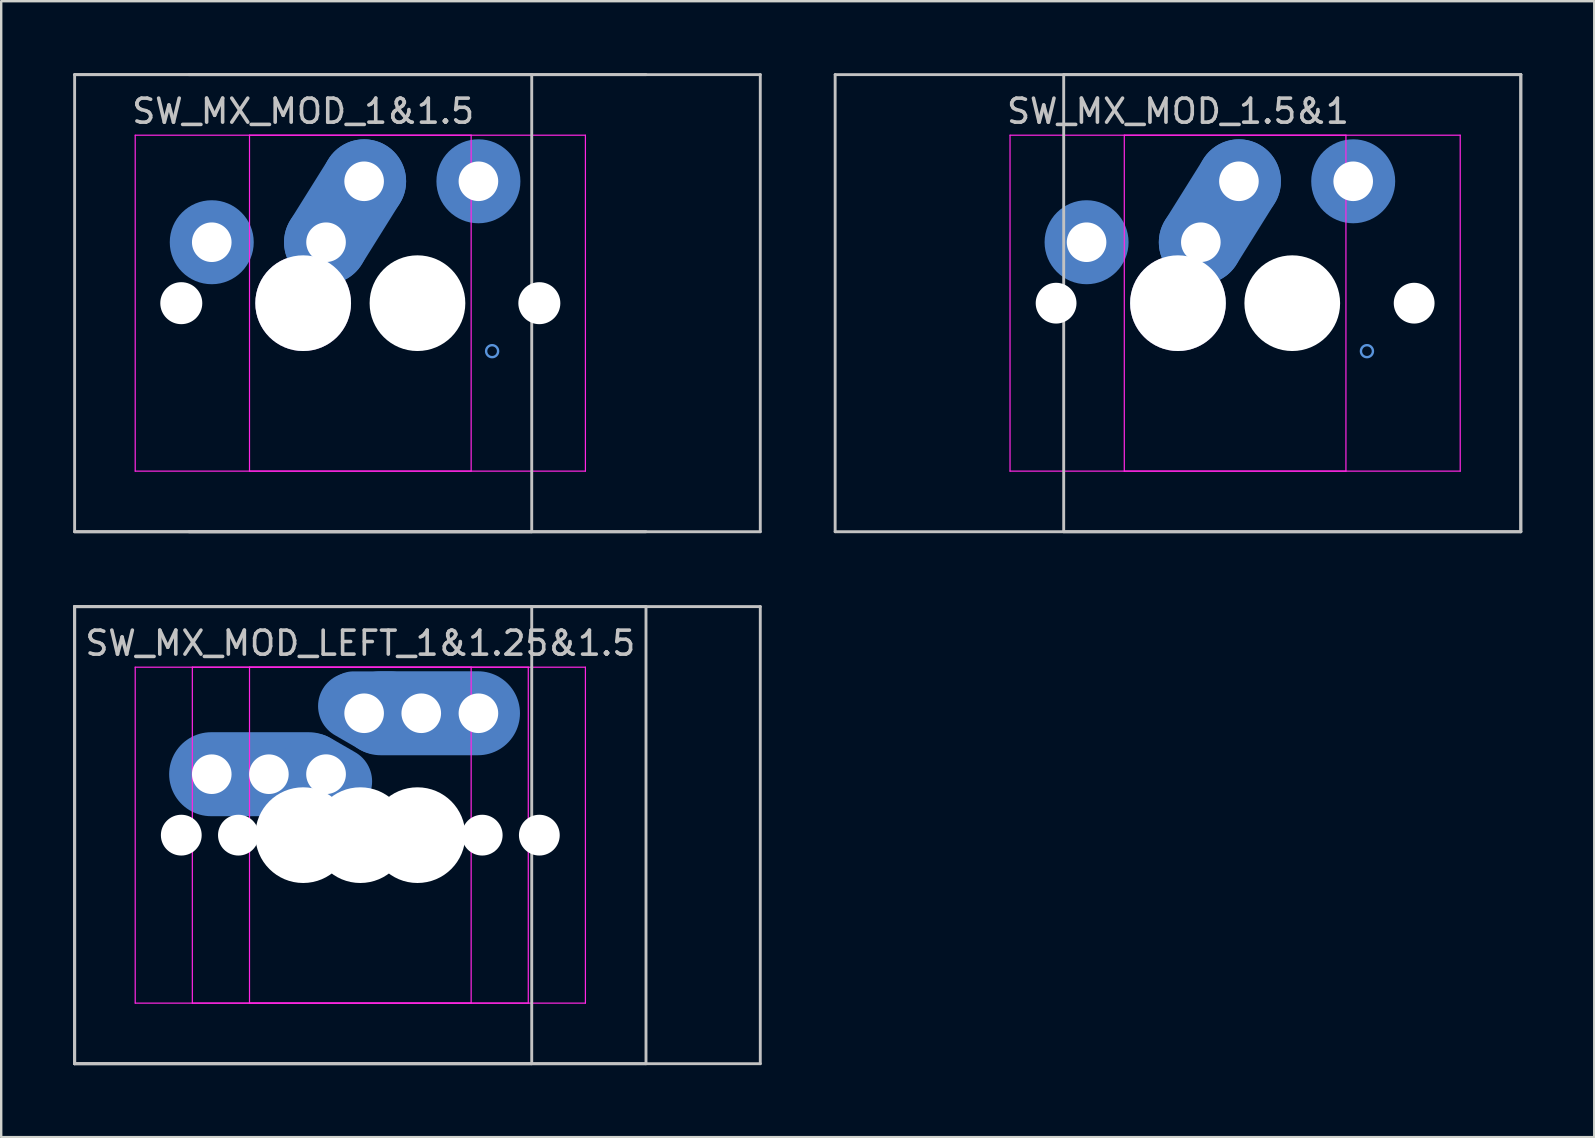
<source format=kicad_pcb>
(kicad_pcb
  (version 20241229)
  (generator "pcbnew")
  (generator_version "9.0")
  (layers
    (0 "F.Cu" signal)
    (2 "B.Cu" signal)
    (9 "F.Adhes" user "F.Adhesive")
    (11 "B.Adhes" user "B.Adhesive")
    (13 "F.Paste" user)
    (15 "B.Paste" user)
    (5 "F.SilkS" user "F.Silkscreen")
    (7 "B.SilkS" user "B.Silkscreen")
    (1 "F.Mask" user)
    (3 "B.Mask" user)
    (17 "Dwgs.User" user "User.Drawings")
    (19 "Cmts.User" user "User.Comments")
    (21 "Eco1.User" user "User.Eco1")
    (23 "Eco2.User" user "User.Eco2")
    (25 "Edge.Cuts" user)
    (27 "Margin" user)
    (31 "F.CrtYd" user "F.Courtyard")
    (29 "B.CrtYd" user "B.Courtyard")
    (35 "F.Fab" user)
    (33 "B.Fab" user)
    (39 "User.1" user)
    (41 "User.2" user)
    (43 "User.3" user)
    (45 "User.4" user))
  (footprint "SW_MX_MOD_1.5&1"
    (layer "F.Cu")
    (at 50.805 9.585)
    (property "Reference" "SW_MX_MOD_1.5&1" (at -4.763 -8 0) (layer "Dwgs.User") (effects (font (size 1 1) (thickness 0.15))))
    (attr through_hole exclude_from_pos_files exclude_from_bom)
    (fp_line (start -19.05 -9.525) (end -19.05 9.525) (stroke (width 0.12) (type solid)) (layer "Dwgs.User"))
    (fp_line (start -19.05 9.525) (end 9.525 9.525) (stroke (width 0.12) (type solid)) (layer "Dwgs.User"))
    (fp_line (start -9.525 -9.525) (end -9.525 9.525) (stroke (width 0.12) (type solid)) (layer "Dwgs.User"))
    (fp_line (start -9.525 9.525) (end 9.525 9.525) (stroke (width 0.12) (type solid)) (layer "Dwgs.User"))
    (fp_line (start 9.525 -9.525) (end -19.05 -9.525) (stroke (width 0.12) (type solid)) (layer "Dwgs.User"))
    (fp_line (start 9.525 -9.525) (end -9.525 -9.525) (stroke (width 0.12) (type solid)) (layer "Dwgs.User"))
    (fp_line (start 9.525 9.525) (end 9.525 -9.525) (stroke (width 0.12) (type solid)) (layer "Dwgs.User"))
    (fp_line (start 9.525 9.525) (end 9.525 -9.525) (stroke (width 0.12) (type solid)) (layer "Dwgs.User"))
    (fp_circle (center 3.112 2) (end 3.112 1.75) (stroke (width 0.1) (type default)) (fill no) (layer "Cmts.User"))
    (fp_line (start -11.762 6.5) (end -11.762 -6.5) (stroke (width 0.05) (type solid)) (layer "Eco2.User"))
    (fp_line (start -11.262 -7) (end 1.738 -7) (stroke (width 0.05) (type solid)) (layer "Eco2.User"))
    (fp_line (start -7 6.5) (end -7 -6.5) (stroke (width 0.05) (type solid)) (layer "Eco2.User"))
    (fp_line (start -6.5 -7) (end 6.5 -7) (stroke (width 0.05) (type solid)) (layer "Eco2.User"))
    (fp_line (start 1.738 7) (end -11.262 7) (stroke (width 0.05) (type solid)) (layer "Eco2.User"))
    (fp_line (start 2.237 -6.5) (end 2.237 6.5) (stroke (width 0.05) (type solid)) (layer "Eco2.User"))
    (fp_line (start 6.5 7) (end -6.5 7) (stroke (width 0.05) (type solid)) (layer "Eco2.User"))
    (fp_line (start 7 -6.5) (end 7 6.5) (stroke (width 0.05) (type solid)) (layer "Eco2.User"))
    (fp_arc (start -11.7625 -6.5) (mid -11.616053 -6.853553) (end -11.2625 -7) (stroke (width 0.05) (type solid)) (layer "Eco2.User"))
    (fp_arc (start -11.2625 7) (mid -11.616053 6.853553) (end -11.7625 6.5) (stroke (width 0.05) (type solid)) (layer "Eco2.User"))
    (fp_arc (start -7 -6.5) (mid -6.853553 -6.853553) (end -6.5 -7) (stroke (width 0.05) (type solid)) (layer "Eco2.User"))
    (fp_arc (start -6.5 7) (mid -6.853553 6.853553) (end -7 6.5) (stroke (width 0.05) (type solid)) (layer "Eco2.User"))
    (fp_arc (start 1.7375 -7) (mid 2.091053 -6.853553) (end 2.2375 -6.5) (stroke (width 0.05) (type solid)) (layer "Eco2.User"))
    (fp_arc (start 2.234736 6.498884) (mid 2.088297 6.85246) (end 1.734736 6.998884) (stroke (width 0.05) (type solid)) (layer "Eco2.User"))
    (fp_arc (start 6.5 -7) (mid 6.853553 -6.853553) (end 7 -6.5) (stroke (width 0.05) (type solid)) (layer "Eco2.User"))
    (fp_arc (start 6.997236 6.498884) (mid 6.850806 6.852455) (end 6.497236 6.998884) (stroke (width 0.05) (type solid)) (layer "Eco2.User"))
    (fp_line (start -11.762 -7) (end -11.762 7) (stroke (width 0.05) (type solid)) (layer "F.CrtYd"))
    (fp_line (start -11.762 7) (end 2.237 7) (stroke (width 0.05) (type solid)) (layer "F.CrtYd"))
    (fp_line (start -7 -7) (end -7 7) (stroke (width 0.05) (type solid)) (layer "F.CrtYd"))
    (fp_line (start -7 7) (end 7 7) (stroke (width 0.05) (type solid)) (layer "F.CrtYd"))
    (fp_line (start 2.237 -7) (end -11.762 -7) (stroke (width 0.05) (type solid)) (layer "F.CrtYd"))
    (fp_line (start 2.237 7) (end 2.237 -7) (stroke (width 0.05) (type solid)) (layer "F.CrtYd"))
    (fp_line (start 7 -7) (end -7 -7) (stroke (width 0.05) (type solid)) (layer "F.CrtYd"))
    (fp_line (start 7 7) (end 7 -7) (stroke (width 0.05) (type solid)) (layer "F.CrtYd"))
    (pad "" np_thru_hole circle (at -9.842 0) (size 1.7 1.7) (drill 1.7) (layers "*.Cu" "*.Mask"))
    (pad "" np_thru_hole circle (at -5.08 0) (size 1.7 1.7) (drill 1.7) (layers "*.Cu" "*.Mask"))
    (pad "" np_thru_hole circle (at 0 0) (size 3.988 3.988) (drill 3.988) (layers "*.Cu" "*.Mask"))
    (pad "" np_thru_hole circle (at 0.318 0) (size 1.7 1.7) (drill 1.7) (layers "*.Cu" "*.Mask"))
    (pad "" np_thru_hole circle (at 5.08 0) (size 1.7 1.7) (drill 1.7) (layers "*.Cu" "*.Mask"))
    (pad "1" thru_hole circle (at -8.572 -2.54) (size 2 2) (drill 1.65) (layers "*.Cu") (remove_unused_layers yes) (keep_end_layers yes) (zone_layer_connections))
    (pad "1" smd circle (at -8.572 -2.54) (size 2.5 2.5) (layers "B.Cu" "B.Mask"))
    (pad "1" smd circle (at -8.572 -2.54) (size 3.5 3.5) (layers "B.Cu"))
    (pad "1" thru_hole circle (at 2.54 -5.08) (size 2 2) (drill 1.65) (layers "*.Cu") (remove_unused_layers yes) (keep_end_layers yes) (zone_layer_connections))
    (pad "1" smd circle (at 2.54 -5.08) (size 2.5 2.5) (layers "B.Cu" "B.Mask"))
    (pad "1" smd circle (at 2.54 -5.08) (size 3.5 3.5) (layers "B.Cu"))
    (pad "2" thru_hole circle (at -4.763 0) (size 3.988 3.988) (drill 3.988) (layers "*.Cu" "*.Mask"))
    (pad "2" thru_hole circle (at -3.81 -2.54) (size 2 2) (drill 1.65) (layers "*.Cu") (remove_unused_layers yes) (keep_end_layers yes) (zone_layer_connections))
    (pad "2" smd circle (at -3.81 -2.54 180) (size 2.5 2.5) (layers "B.Cu" "B.Mask"))
    (pad "2" smd circle (at -3.81 -2.54) (size 3.5 3.5) (layers "B.Cu"))
    (pad "2" smd oval (at -3.017 -3.808 148) (size 2 4.995) (layers "F.Cu"))
    (pad "2" smd oval (at -3.017 -3.808 328) (size 3.5 6.495) (layers "B.Cu"))
    (pad "2" thru_hole circle (at -2.223 -5.08) (size 2 2) (drill 1.65) (layers "*.Cu") (remove_unused_layers yes) (keep_end_layers yes) (zone_layer_connections))
    (pad "2" smd circle (at -2.223 -5.08) (size 2.5 2.5) (layers "B.Cu" "B.Mask"))
    (pad "2" smd circle (at -2.223 -5.08) (size 3.5 3.5) (layers "B.Cu")))
  (footprint "SW_MX_MOD_LEFT_1&1.25&1.5"
    (layer "F.Cu")
    (at 9.585 31.755)
    (property "Reference" "SW_MX_MOD_LEFT_1&1.25&1.5" (at 2.381 -8 0) (layer "Dwgs.User") (effects (font (size 1 1) (thickness 0.15))))
    (attr through_hole exclude_from_pos_files exclude_from_bom)
    (fp_line (start -9.525 -9.525) (end -9.525 9.525) (stroke (width 0.12) (type solid)) (layer "Dwgs.User"))
    (fp_line (start -9.525 -9.525) (end -9.525 9.525) (stroke (width 0.12) (type solid)) (layer "Dwgs.User"))
    (fp_line (start -9.525 -9.525) (end -9.525 9.525) (stroke (width 0.12) (type solid)) (layer "Dwgs.User"))
    (fp_line (start -9.525 9.525) (end 9.525 9.525) (stroke (width 0.12) (type solid)) (layer "Dwgs.User"))
    (fp_line (start -9.525 9.525) (end 14.287 9.525) (stroke (width 0.12) (type solid)) (layer "Dwgs.User"))
    (fp_line (start -9.525 9.525) (end 19.05 9.525) (stroke (width 0.12) (type solid)) (layer "Dwgs.User"))
    (fp_line (start 9.525 -9.525) (end -9.525 -9.525) (stroke (width 0.12) (type solid)) (layer "Dwgs.User"))
    (fp_line (start 9.525 9.525) (end 9.525 -9.525) (stroke (width 0.12) (type solid)) (layer "Dwgs.User"))
    (fp_line (start 14.287 -9.525) (end -9.525 -9.525) (stroke (width 0.12) (type solid)) (layer "Dwgs.User"))
    (fp_line (start 14.287 9.525) (end 14.287 -9.525) (stroke (width 0.12) (type solid)) (layer "Dwgs.User"))
    (fp_line (start 19.05 -9.525) (end -9.525 -9.525) (stroke (width 0.12) (type solid)) (layer "Dwgs.User"))
    (fp_line (start 19.05 9.525) (end 19.05 -9.525) (stroke (width 0.12) (type solid)) (layer "Dwgs.User"))
    (fp_line (start -7 6.5) (end -7 -6.5) (stroke (width 0.05) (type solid)) (layer "Eco2.User"))
    (fp_line (start -6.5 -7) (end 6.5 -7) (stroke (width 0.05) (type solid)) (layer "Eco2.User"))
    (fp_line (start -4.619 6.5) (end -4.619 -6.5) (stroke (width 0.05) (type solid)) (layer "Eco2.User"))
    (fp_line (start -4.119 -7) (end 8.881 -7) (stroke (width 0.05) (type solid)) (layer "Eco2.User"))
    (fp_line (start -2.237 6.5) (end -2.237 -6.5) (stroke (width 0.05) (type solid)) (layer "Eco2.User"))
    (fp_line (start -1.738 -7) (end 11.262 -7) (stroke (width 0.05) (type solid)) (layer "Eco2.User"))
    (fp_line (start 6.5 7) (end -6.5 7) (stroke (width 0.05) (type solid)) (layer "Eco2.User"))
    (fp_line (start 7 -6.5) (end 7 6.5) (stroke (width 0.05) (type solid)) (layer "Eco2.User"))
    (fp_line (start 8.881 7) (end -4.119 7) (stroke (width 0.05) (type solid)) (layer "Eco2.User"))
    (fp_line (start 9.381 -6.5) (end 9.381 6.5) (stroke (width 0.05) (type solid)) (layer "Eco2.User"))
    (fp_line (start 11.262 7) (end -1.738 7) (stroke (width 0.05) (type solid)) (layer "Eco2.User"))
    (fp_line (start 11.762 -6.5) (end 11.762 6.5) (stroke (width 0.05) (type solid)) (layer "Eco2.User"))
    (fp_arc (start -7 -6.5) (mid -6.853553 -6.853553) (end -6.5 -7) (stroke (width 0.05) (type solid)) (layer "Eco2.User"))
    (fp_arc (start -6.5 7) (mid -6.853553 6.853553) (end -7 6.5) (stroke (width 0.05) (type solid)) (layer "Eco2.User"))
    (fp_arc (start -4.61875 -6.5) (mid -4.472303 -6.853553) (end -4.11875 -7) (stroke (width 0.05) (type solid)) (layer "Eco2.User"))
    (fp_arc (start -4.11875 7) (mid -4.472303 6.853553) (end -4.61875 6.5) (stroke (width 0.05) (type solid)) (layer "Eco2.User"))
    (fp_arc (start -2.2375 -6.5) (mid -2.091053 -6.853553) (end -1.7375 -7) (stroke (width 0.05) (type solid)) (layer "Eco2.User"))
    (fp_arc (start -1.7375 7) (mid -2.091053 6.853553) (end -2.2375 6.5) (stroke (width 0.05) (type solid)) (layer "Eco2.User"))
    (fp_arc (start 6.5 -7) (mid 6.853553 -6.853553) (end 7 -6.5) (stroke (width 0.05) (type solid)) (layer "Eco2.User"))
    (fp_arc (start 6.997236 6.498884) (mid 6.850789 6.852437) (end 6.497236 6.998884) (stroke (width 0.05) (type solid)) (layer "Eco2.User"))
    (fp_arc (start 8.88125 -7) (mid 9.234803 -6.853553) (end 9.38125 -6.5) (stroke (width 0.05) (type solid)) (layer "Eco2.User"))
    (fp_arc (start 9.378486 6.498884) (mid 9.232039 6.852437) (end 8.878486 6.998884) (stroke (width 0.05) (type solid)) (layer "Eco2.User"))
    (fp_arc (start 11.2625 -7) (mid 11.616053 -6.853553) (end 11.7625 -6.5) (stroke (width 0.05) (type solid)) (layer "Eco2.User"))
    (fp_arc (start 11.759736 6.498884) (mid 11.613289 6.852437) (end 11.259736 6.998884) (stroke (width 0.05) (type solid)) (layer "Eco2.User"))
    (fp_line (start -7 -7) (end -7 7) (stroke (width 0.05) (type solid)) (layer "F.CrtYd"))
    (fp_line (start -7 7) (end 7 7) (stroke (width 0.05) (type solid)) (layer "F.CrtYd"))
    (fp_line (start -4.619 -7) (end -4.619 7) (stroke (width 0.05) (type solid)) (layer "F.CrtYd"))
    (fp_line (start -4.619 7) (end 9.381 7) (stroke (width 0.05) (type solid)) (layer "F.CrtYd"))
    (fp_line (start -2.237 -7) (end -2.237 7) (stroke (width 0.05) (type solid)) (layer "F.CrtYd"))
    (fp_line (start -2.237 7) (end 11.762 7) (stroke (width 0.05) (type solid)) (layer "F.CrtYd"))
    (fp_line (start 7 -7) (end -7 -7) (stroke (width 0.05) (type solid)) (layer "F.CrtYd"))
    (fp_line (start 7 7) (end 7 -7) (stroke (width 0.05) (type solid)) (layer "F.CrtYd"))
    (fp_line (start 9.381 -7) (end -4.619 -7) (stroke (width 0.05) (type solid)) (layer "F.CrtYd"))
    (fp_line (start 9.381 7) (end 9.381 -7) (stroke (width 0.05) (type solid)) (layer "F.CrtYd"))
    (fp_line (start 11.762 -7) (end -2.237 -7) (stroke (width 0.05) (type solid)) (layer "F.CrtYd"))
    (fp_line (start 11.762 7) (end 11.762 -7) (stroke (width 0.05) (type solid)) (layer "F.CrtYd"))
    (pad "" np_thru_hole circle (at -5.08 0) (size 1.7 1.7) (drill 1.7) (layers "*.Cu" "*.Mask"))
    (pad "" np_thru_hole circle (at -2.699 0) (size 1.7 1.7) (drill 1.7) (layers "*.Cu" "*.Mask"))
    (pad "" np_thru_hole circle (at -0.318 0) (size 1.75 1.75) (drill 1.75) (layers "*.Cu" "*.Mask"))
    (pad "" np_thru_hole circle (at 0 0) (size 3.988 3.988) (drill 3.988) (layers "*.Cu" "*.Mask"))
    (pad "" np_thru_hole circle (at 2.381 0) (size 3.988 3.988) (drill 3.988) (layers "*.Cu" "*.Mask"))
    (pad "" np_thru_hole circle (at 4.763 0) (size 3.988 3.988) (drill 3.988) (layers "*.Cu" "*.Mask"))
    (pad "" np_thru_hole circle (at 5.08 0) (size 1.75 1.75) (drill 1.75) (layers "*.Cu" "*.Mask"))
    (pad "" np_thru_hole circle (at 7.461 0) (size 1.7 1.7) (drill 1.7) (layers "*.Cu" "*.Mask"))
    (pad "" np_thru_hole circle (at 9.842 0) (size 1.7 1.7) (drill 1.7) (layers "*.Cu" "*.Mask"))
    (pad "1" thru_hole circle (at -3.81 -2.54) (size 2 2) (drill 1.65) (layers "*.Cu") (remove_unused_layers yes) (keep_end_layers yes) (zone_layer_connections))
    (pad "1" smd circle (at -3.81 -2.54) (size 2.5 2.5) (layers "B.Cu" "B.Mask"))
    (pad "1" smd oval (at -1.803 -2.54) (size 7.566 3.5) (layers "B.Cu"))
    (pad "1" thru_hole circle (at -1.429 -2.54) (size 2 2) (drill 1.65) (layers "*.Cu") (remove_unused_layers yes) (keep_end_layers yes) (zone_layer_connections))
    (pad "1" smd circle (at -1.429 -2.54) (size 2.5 2.5) (layers "B.Cu" "B.Mask"))
    (pad "1" smd oval (at -1.429 -2.54) (size 6.762 2) (layers "F.Cu"))
    (pad "1" thru_hole circle (at 0.953 -2.54) (size 2 2) (drill 1.655) (layers "*.Cu") (remove_unused_layers yes) (keep_end_layers yes) (zone_layer_connections))
    (pad "1" smd circle (at 0.953 -2.54) (size 2.5 2.5) (layers "B.Cu" "B.Mask"))
    (pad "1" smd oval (at 0.953 -2.54 330) (size 4 2.8) (layers "B.Cu"))
    (pad "2" thru_hole circle (at 2.54 -5.08) (size 2 2) (drill 1.65) (layers "*.Cu") (remove_unused_layers yes) (keep_end_layers yes) (zone_layer_connections))
    (pad "2" smd circle (at 2.54 -5.08) (size 2.5 2.5) (layers "B.Cu" "B.Mask"))
    (pad "2" smd oval (at 2.54 -5.08 330) (size 4 2.8) (layers "B.Cu"))
    (pad "2" smd oval (at 2.869 -5.61) (size 3.977 2.431) (layers "B.Cu"))
    (pad "2" thru_hole circle (at 4.921 -5.08) (size 2 2) (drill 1.65) (layers "*.Cu") (remove_unused_layers yes) (keep_end_layers yes) (zone_layer_connections))
    (pad "2" smd circle (at 4.921 -5.08) (size 2.5 2.5) (layers "B.Cu" "B.Mask"))
    (pad "2" smd oval (at 4.921 -5.08) (size 6.762 2) (layers "F.Cu"))
    (pad "2" smd oval (at 5.258 -5.08) (size 7.554 3.5) (layers "B.Cu"))
    (pad "2" thru_hole circle (at 7.303 -5.08) (size 2 2) (drill 1.65) (layers "*.Cu") (remove_unused_layers yes) (keep_end_layers yes) (zone_layer_connections))
    (pad "2" smd circle (at 7.303 -5.08) (size 2.5 2.5) (layers "B.Cu" "B.Mask")))
  (footprint "SW_MX_MOD_1&1.5"
    (layer "F.Cu")
    (at 9.585 9.585)
    (property "Reference" "SW_MX_MOD_1&1.5" (at 0 -8 0) (layer "Dwgs.User") (effects (font (size 1 1) (thickness 0.15))))
    (attr through_hole exclude_from_pos_files exclude_from_bom)
    (fp_line (start -9.525 -9.525) (end -9.525 9.525) (stroke (width 0.12) (type solid)) (layer "Dwgs.User"))
    (fp_line (start -9.525 9.525) (end 9.525 9.525) (stroke (width 0.12) (type solid)) (layer "Dwgs.User"))
    (fp_line (start -9.525 9.525) (end 19.05 9.525) (stroke (width 0.12) (type solid)) (layer "Dwgs.User"))
    (fp_line (start -4.763 9.525) (end 14.287 9.525) (stroke (width 0.12) (type solid)) (layer "Dwgs.User"))
    (fp_line (start 9.525 -9.525) (end -9.525 -9.525) (stroke (width 0.12) (type solid)) (layer "Dwgs.User"))
    (fp_line (start 9.525 9.525) (end 9.525 -9.525) (stroke (width 0.12) (type solid)) (layer "Dwgs.User"))
    (fp_line (start 14.287 -9.525) (end -4.763 -9.525) (stroke (width 0.12) (type solid)) (layer "Dwgs.User"))
    (fp_line (start 19.05 -9.525) (end -9.525 -9.525) (stroke (width 0.12) (type solid)) (layer "Dwgs.User"))
    (fp_line (start 19.05 9.525) (end 19.05 -9.525) (stroke (width 0.12) (type solid)) (layer "Dwgs.User"))
    (fp_circle (center 7.874 2) (end 7.874 1.75) (stroke (width 0.1) (type default)) (fill no) (layer "Cmts.User"))
    (fp_line (start -7 6.5) (end -7 -6.5) (stroke (width 0.05) (type solid)) (layer "Eco2.User"))
    (fp_line (start -6.5 -7) (end 6.5 -7) (stroke (width 0.05) (type solid)) (layer "Eco2.User"))
    (fp_line (start -2.237 6.5) (end -2.237 -6.5) (stroke (width 0.05) (type solid)) (layer "Eco2.User"))
    (fp_line (start -1.738 -7) (end 11.262 -7) (stroke (width 0.05) (type solid)) (layer "Eco2.User"))
    (fp_line (start 6.5 7) (end -6.5 7) (stroke (width 0.05) (type solid)) (layer "Eco2.User"))
    (fp_line (start 7 -6.5) (end 7 6.5) (stroke (width 0.05) (type solid)) (layer "Eco2.User"))
    (fp_line (start 11.262 7) (end -1.738 7) (stroke (width 0.05) (type solid)) (layer "Eco2.User"))
    (fp_line (start 11.762 -6.5) (end 11.762 6.5) (stroke (width 0.05) (type solid)) (layer "Eco2.User"))
    (fp_arc (start -7 -6.5) (mid -6.853553 -6.853553) (end -6.5 -7) (stroke (width 0.05) (type solid)) (layer "Eco2.User"))
    (fp_arc (start -6.5 7) (mid -6.853553 6.853553) (end -7 6.5) (stroke (width 0.05) (type solid)) (layer "Eco2.User"))
    (fp_arc (start -2.2375 -6.5) (mid -2.091053 -6.853553) (end -1.7375 -7) (stroke (width 0.05) (type solid)) (layer "Eco2.User"))
    (fp_arc (start -1.7375 7) (mid -2.091053 6.853553) (end -2.2375 6.5) (stroke (width 0.05) (type solid)) (layer "Eco2.User"))
    (fp_arc (start 6.5 -7) (mid 6.853553 -6.853553) (end 7 -6.5) (stroke (width 0.05) (type solid)) (layer "Eco2.User"))
    (fp_arc (start 6.997236 6.498884) (mid 6.850789 6.852437) (end 6.497236 6.998884) (stroke (width 0.05) (type solid)) (layer "Eco2.User"))
    (fp_arc (start 11.2625 -7) (mid 11.616053 -6.853553) (end 11.7625 -6.5) (stroke (width 0.05) (type solid)) (layer "Eco2.User"))
    (fp_arc (start 11.759736 6.498884) (mid 11.613289 6.852437) (end 11.259736 6.998884) (stroke (width 0.05) (type solid)) (layer "Eco2.User"))
    (fp_line (start -7 -7) (end -7 7) (stroke (width 0.05) (type solid)) (layer "F.CrtYd"))
    (fp_line (start -7 7) (end 7 7) (stroke (width 0.05) (type solid)) (layer "F.CrtYd"))
    (fp_line (start -2.237 -7) (end -2.237 7) (stroke (width 0.05) (type solid)) (layer "F.CrtYd"))
    (fp_line (start -2.237 7) (end 11.762 7) (stroke (width 0.05) (type solid)) (layer "F.CrtYd"))
    (fp_line (start 7 -7) (end -7 -7) (stroke (width 0.05) (type solid)) (layer "F.CrtYd"))
    (fp_line (start 7 7) (end 7 -7) (stroke (width 0.05) (type solid)) (layer "F.CrtYd"))
    (fp_line (start 11.762 -7) (end -2.237 -7) (stroke (width 0.05) (type solid)) (layer "F.CrtYd"))
    (fp_line (start 11.762 7) (end 11.762 -7) (stroke (width 0.05) (type solid)) (layer "F.CrtYd"))
    (pad "" np_thru_hole circle (at -5.08 0) (size 1.75 1.75) (drill 1.75) (layers "*.Cu" "*.Mask"))
    (pad "" np_thru_hole circle (at -0.318 0) (size 1.75 1.75) (drill 1.75) (layers "*.Cu" "*.Mask"))
    (pad "" np_thru_hole circle (at 4.763 0) (size 3.988 3.988) (drill 3.988) (layers "*.Cu" "*.Mask"))
    (pad "" np_thru_hole circle (at 9.842 0) (size 1.75 1.75) (drill 1.75) (layers "*.Cu" "*.Mask"))
    (pad "1" thru_hole circle (at -3.81 -2.54) (size 2 2) (drill 1.65) (layers "*.Cu") (remove_unused_layers yes) (keep_end_layers yes) (zone_layer_connections))
    (pad "1" smd circle (at -3.81 -2.54) (size 2.5 2.5) (layers "B.Cu" "B.Mask"))
    (pad "1" smd circle (at -3.81 -2.54) (size 3.5 3.5) (layers "B.Cu"))
    (pad "1" thru_hole circle (at 7.303 -5.08) (size 2 2) (drill 1.65) (layers "*.Cu") (remove_unused_layers yes) (keep_end_layers yes) (zone_layer_connections))
    (pad "1" smd circle (at 7.303 -5.08 180) (size 2.5 2.5) (layers "B.Cu" "B.Mask"))
    (pad "1" smd circle (at 7.303 -5.08) (size 3.5 3.5) (layers "B.Cu"))
    (pad "2" thru_hole circle (at 0 0) (size 3.988 3.988) (drill 3.988) (layers "*.Cu" "*.Mask"))
    (pad "2" thru_hole circle (at 0.953 -2.54) (size 2 2) (drill 1.65) (layers "*.Cu") (remove_unused_layers yes) (keep_end_layers yes) (zone_layer_connections))
    (pad "2" smd circle (at 0.953 -2.54 180) (size 2.5 2.5) (layers "B.Cu" "B.Mask"))
    (pad "2" smd circle (at 0.953 -2.54) (size 3.5 3.5) (layers "B.Cu"))
    (pad "2" smd oval (at 1.745 -3.808 148) (size 2 4.995) (layers "F.Cu"))
    (pad "2" smd oval (at 1.745 -3.808 328) (size 3.5 6.495) (layers "B.Cu"))
    (pad "2" thru_hole circle (at 2.54 -5.08) (size 2 2) (drill 1.65) (layers "*.Cu") (remove_unused_layers yes) (keep_end_layers yes) (zone_layer_connections))
    (pad "2" smd circle (at 2.54 -5.08) (size 2.5 2.5) (layers "B.Cu" "B.Mask"))
    (pad "2" smd circle (at 2.54 -5.08) (size 3.5 3.5) (layers "B.Cu")))
  (gr_rect
    (start -3 -3)
    (end 63.39 44.34)
    (stroke (width 0.1) (type default))
    (fill no)
    (layer "Edge.Cuts")))
</source>
